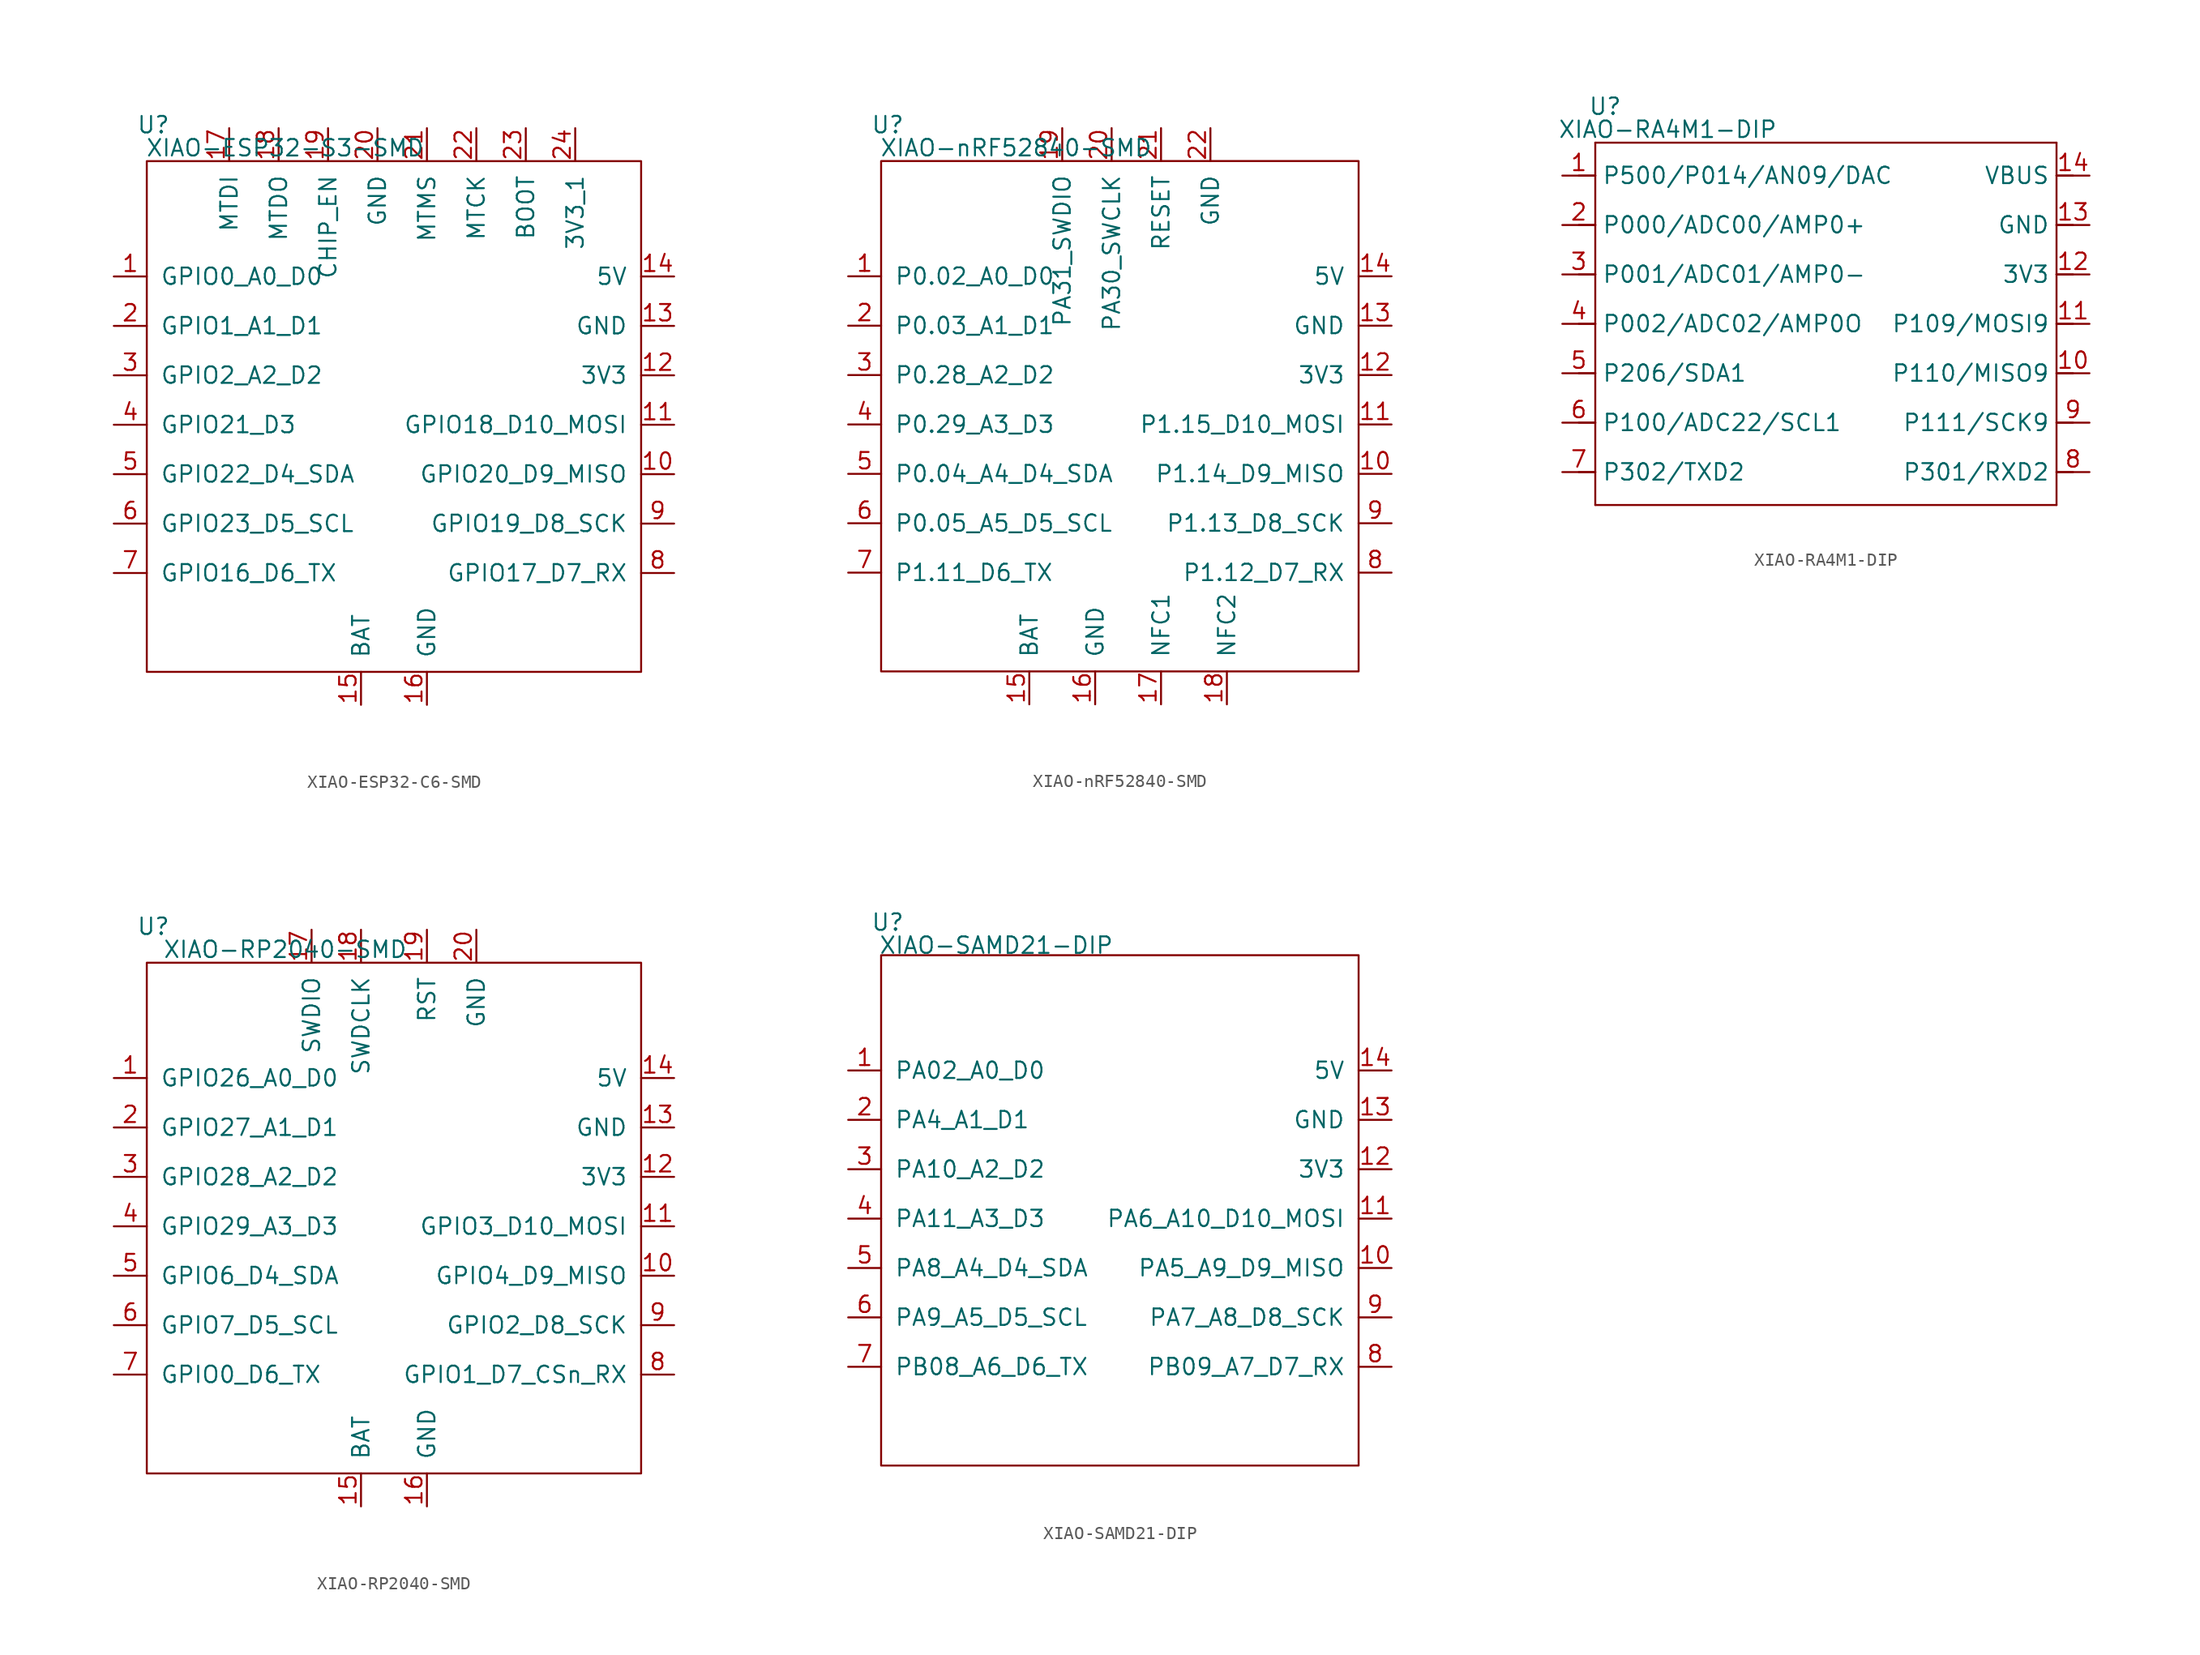
<source format=kicad_sym>
(kicad_symbol_lib
  (version 20231120)
  (generator "kicad_symbol_editor")
  (generator_version "8.0")
  (symbol "XIAO-ESP32-C6-SMD"
    (pin_names
      (offset 1.016))
    (property "Reference" "U"
      (at -18.542 23.114 0)
      (effects (font (size 1.27 1.27))))
    (property "Value" "XIAO-ESP32-S3-SMD"
      (at -8.382 21.336 0)
      (effects (font (size 1.27 1.27))))
    (symbol "XIAO-ESP32-C6-SMD_0_1"
      (rectangle (start 19.05 -19.05) (end -19.05 20.32) (stroke (width 0) (type default)) (fill (type none))))
    (symbol "XIAO-ESP32-C6-SMD_1_1"
      (pin passive line (at -21.59 11.43 0) (length 2.54) (name "GPIO0_A0_D0" (effects (font (size 1.27 1.27)))) (number "1" (effects (font (size 1.27 1.27)))))
      (pin passive line (at 21.59 -3.81 180) (length 2.54) (name "GPIO20_D9_MISO" (effects (font (size 1.27 1.27)))) (number "10" (effects (font (size 1.27 1.27)))))
      (pin passive line (at 21.59 0 180) (length 2.54) (name "GPIO18_D10_MOSI" (effects (font (size 1.27 1.27)))) (number "11" (effects (font (size 1.27 1.27)))))
      (pin passive line (at 21.59 3.81 180) (length 2.54) (name "3V3" (effects (font (size 1.27 1.27)))) (number "12" (effects (font (size 1.27 1.27)))))
      (pin passive line (at 21.59 7.62 180) (length 2.54) (name "GND" (effects (font (size 1.27 1.27)))) (number "13" (effects (font (size 1.27 1.27)))))
      (pin passive line (at 21.59 11.43 180) (length 2.54) (name "5V" (effects (font (size 1.27 1.27)))) (number "14" (effects (font (size 1.27 1.27)))))
      (pin passive line (at -2.54 -21.59 90) (length 2.54) (name "BAT" (effects (font (size 1.27 1.27)))) (number "15" (effects (font (size 1.27 1.27)))))
      (pin passive line (at 2.54 -21.59 90) (length 2.54) (name "GND" (effects (font (size 1.27 1.27)))) (number "16" (effects (font (size 1.27 1.27)))))
      (pin passive line (at -12.7 22.86 270) (length 2.54) (name "MTDI" (effects (font (size 1.27 1.27)))) (number "17" (effects (font (size 1.27 1.27)))))
      (pin passive line (at -8.89 22.86 270) (length 2.54) (name "MTDO" (effects (font (size 1.27 1.27)))) (number "18" (effects (font (size 1.27 1.27)))))
      (pin passive line (at -5.08 22.86 270) (length 2.54) (name "CHIP_EN" (effects (font (size 1.27 1.27)))) (number "19" (effects (font (size 1.27 1.27)))))
      (pin passive line (at -21.59 7.62 0) (length 2.54) (name "GPIO1_A1_D1" (effects (font (size 1.27 1.27)))) (number "2" (effects (font (size 1.27 1.27)))))
      (pin passive line (at -1.27 22.86 270) (length 2.54) (name "GND" (effects (font (size 1.27 1.27)))) (number "20" (effects (font (size 1.27 1.27)))))
      (pin passive line (at 2.54 22.86 270) (length 2.54) (name "MTMS" (effects (font (size 1.27 1.27)))) (number "21" (effects (font (size 1.27 1.27)))))
      (pin passive line (at 6.35 22.86 270) (length 2.54) (name "MTCK" (effects (font (size 1.27 1.27)))) (number "22" (effects (font (size 1.27 1.27)))))
      (pin passive line (at 10.16 22.86 270) (length 2.54) (name "BOOT" (effects (font (size 1.27 1.27)))) (number "23" (effects (font (size 1.27 1.27)))))
      (pin passive line (at 13.97 22.86 270) (length 2.54) (name "3V3_1" (effects (font (size 1.27 1.27)))) (number "24" (effects (font (size 1.27 1.27)))))
      (pin passive line (at -21.59 3.81 0) (length 2.54) (name "GPIO2_A2_D2" (effects (font (size 1.27 1.27)))) (number "3" (effects (font (size 1.27 1.27)))))
      (pin passive line (at -21.59 0 0) (length 2.54) (name "GPIO21_D3" (effects (font (size 1.27 1.27)))) (number "4" (effects (font (size 1.27 1.27)))))
      (pin passive line (at -21.59 -3.81 0) (length 2.54) (name "GPIO22_D4_SDA" (effects (font (size 1.27 1.27)))) (number "5" (effects (font (size 1.27 1.27)))))
      (pin passive line (at -21.59 -7.62 0) (length 2.54) (name "GPIO23_D5_SCL" (effects (font (size 1.27 1.27)))) (number "6" (effects (font (size 1.27 1.27)))))
      (pin passive line (at -21.59 -11.43 0) (length 2.54) (name "GPIO16_D6_TX" (effects (font (size 1.27 1.27)))) (number "7" (effects (font (size 1.27 1.27)))))
      (pin passive line (at 21.59 -11.43 180) (length 2.54) (name "GPIO17_D7_RX" (effects (font (size 1.27 1.27)))) (number "8" (effects (font (size 1.27 1.27)))))
      (pin passive line (at 21.59 -7.62 180) (length 2.54) (name "GPIO19_D8_SCK" (effects (font (size 1.27 1.27)))) (number "9" (effects (font (size 1.27 1.27)))))))
  (symbol "XIAO-nRF52840-SMD"
    (pin_names
      (offset 1.016))
    (property "Reference" "U"
      (at -18.542 23.114 0)
      (effects (font (size 1.27 1.27))))
    (property "Value" "XIAO-nRF52840-SMD"
      (at -8.636 21.336 0)
      (effects (font (size 1.27 1.27))))
    (symbol "XIAO-nRF52840-SMD_0_1"
      (rectangle (start -19.05 20.32) (end 17.78 -19.05) (stroke (width 0) (type default)) (fill (type none))))
    (symbol "XIAO-nRF52840-SMD_1_1"
      (pin passive line (at -21.59 11.43 0) (length 2.54) (name "P0.02_A0_D0" (effects (font (size 1.27 1.27)))) (number "1" (effects (font (size 1.27 1.27)))))
      (pin passive line (at 20.32 -3.81 180) (length 2.54) (name "P1.14_D9_MISO" (effects (font (size 1.27 1.27)))) (number "10" (effects (font (size 1.27 1.27)))))
      (pin passive line (at 20.32 0 180) (length 2.54) (name "P1.15_D10_MOSI" (effects (font (size 1.27 1.27)))) (number "11" (effects (font (size 1.27 1.27)))))
      (pin passive line (at 20.32 3.81 180) (length 2.54) (name "3V3" (effects (font (size 1.27 1.27)))) (number "12" (effects (font (size 1.27 1.27)))))
      (pin passive line (at 20.32 7.62 180) (length 2.54) (name "GND" (effects (font (size 1.27 1.27)))) (number "13" (effects (font (size 1.27 1.27)))))
      (pin passive line (at 20.32 11.43 180) (length 2.54) (name "5V" (effects (font (size 1.27 1.27)))) (number "14" (effects (font (size 1.27 1.27)))))
      (pin passive line (at -7.62 -21.59 90) (length 2.54) (name "BAT" (effects (font (size 1.27 1.27)))) (number "15" (effects (font (size 1.27 1.27)))))
      (pin passive line (at -2.54 -21.59 90) (length 2.54) (name "GND" (effects (font (size 1.27 1.27)))) (number "16" (effects (font (size 1.27 1.27)))))
      (pin passive line (at 2.54 -21.59 90) (length 2.54) (name "NFC1" (effects (font (size 1.27 1.27)))) (number "17" (effects (font (size 1.27 1.27)))))
      (pin passive line (at 7.62 -21.59 90) (length 2.54) (name "NFC2" (effects (font (size 1.27 1.27)))) (number "18" (effects (font (size 1.27 1.27)))))
      (pin passive line (at -5.08 22.86 270) (length 2.54) (name "PA31_SWDIO" (effects (font (size 1.27 1.27)))) (number "19" (effects (font (size 1.27 1.27)))))
      (pin passive line (at -21.59 7.62 0) (length 2.54) (name "P0.03_A1_D1" (effects (font (size 1.27 1.27)))) (number "2" (effects (font (size 1.27 1.27)))))
      (pin passive line (at -1.27 22.86 270) (length 2.54) (name "PA30_SWCLK" (effects (font (size 1.27 1.27)))) (number "20" (effects (font (size 1.27 1.27)))))
      (pin passive line (at 2.54 22.86 270) (length 2.54) (name "RESET" (effects (font (size 1.27 1.27)))) (number "21" (effects (font (size 1.27 1.27)))))
      (pin passive line (at 6.35 22.86 270) (length 2.54) (name "GND" (effects (font (size 1.27 1.27)))) (number "22" (effects (font (size 1.27 1.27)))))
      (pin passive line (at -21.59 3.81 0) (length 2.54) (name "P0.28_A2_D2" (effects (font (size 1.27 1.27)))) (number "3" (effects (font (size 1.27 1.27)))))
      (pin passive line (at -21.59 0 0) (length 2.54) (name "P0.29_A3_D3" (effects (font (size 1.27 1.27)))) (number "4" (effects (font (size 1.27 1.27)))))
      (pin passive line (at -21.59 -3.81 0) (length 2.54) (name "P0.04_A4_D4_SDA" (effects (font (size 1.27 1.27)))) (number "5" (effects (font (size 1.27 1.27)))))
      (pin passive line (at -21.59 -7.62 0) (length 2.54) (name "P0.05_A5_D5_SCL" (effects (font (size 1.27 1.27)))) (number "6" (effects (font (size 1.27 1.27)))))
      (pin passive line (at -21.59 -11.43 0) (length 2.54) (name "P1.11_D6_TX" (effects (font (size 1.27 1.27)))) (number "7" (effects (font (size 1.27 1.27)))))
      (pin passive line (at 20.32 -11.43 180) (length 2.54) (name "P1.12_D7_RX" (effects (font (size 1.27 1.27)))) (number "8" (effects (font (size 1.27 1.27)))))
      (pin passive line (at 20.32 -7.62 180) (length 2.54) (name "P1.13_D8_SCK" (effects (font (size 1.27 1.27)))) (number "9" (effects (font (size 1.27 1.27)))))))
  (symbol "XIAO-RA4M1-DIP"
    (property "Reference" "U"
      (at 0.762 0.254 0)
      (effects (font (size 1.27 1.27))))
    (property "Value" "XIAO-RA4M1-DIP"
      (at 5.588 -1.524 0)
      (effects (font (size 1.27 1.27))))
    (symbol "XIAO-RA4M1-DIP_1_0"
      (polyline (pts (xy 0 -30.48) (xy 0 -16.51)) (stroke (width 0.152) (type solid)) (fill (type none)))
      (polyline (pts (xy 0 -27.94) (xy -1.27 -27.94)) (stroke (width 0.152) (type solid)) (fill (type none)))
      (polyline (pts (xy 0 -24.13) (xy -1.27 -24.13)) (stroke (width 0.152) (type solid)) (fill (type none)))
      (polyline (pts (xy 0 -20.32) (xy -1.27 -20.32)) (stroke (width 0.152) (type solid)) (fill (type none)))
      (polyline (pts (xy 0 -16.51) (xy -1.27 -16.51)) (stroke (width 0.152) (type solid)) (fill (type none)))
      (polyline (pts (xy 0 -16.51) (xy 0 -12.7)) (stroke (width 0.152) (type solid)) (fill (type none)))
      (polyline (pts (xy 0 -12.7) (xy -1.27 -12.7)) (stroke (width 0.152) (type solid)) (fill (type none)))
      (polyline (pts (xy 0 -12.7) (xy 0 -8.89)) (stroke (width 0.152) (type solid)) (fill (type none)))
      (polyline (pts (xy 0 -8.89) (xy -1.27 -8.89)) (stroke (width 0.152) (type solid)) (fill (type none)))
      (polyline (pts (xy 0 -8.89) (xy 0 -5.08)) (stroke (width 0.152) (type solid)) (fill (type none)))
      (polyline (pts (xy 0 -5.08) (xy -1.27 -5.08)) (stroke (width 0.152) (type solid)) (fill (type none)))
      (polyline (pts (xy 0 -5.08) (xy 0 -2.54)) (stroke (width 0.152) (type solid)) (fill (type none)))
      (polyline (pts (xy 0 -2.54) (xy 35.56 -2.54)) (stroke (width 0.152) (type solid)) (fill (type none)))
      (polyline (pts (xy 35.56 -30.48) (xy 0 -30.48)) (stroke (width 0.152) (type solid)) (fill (type none)))
      (polyline (pts (xy 35.56 -12.7) (xy 35.56 -30.48)) (stroke (width 0.152) (type solid)) (fill (type none)))
      (polyline (pts (xy 35.56 -8.89) (xy 35.56 -12.7)) (stroke (width 0.152) (type solid)) (fill (type none)))
      (polyline (pts (xy 35.56 -5.08) (xy 35.56 -8.89)) (stroke (width 0.152) (type solid)) (fill (type none)))
      (polyline (pts (xy 35.56 -2.54) (xy 35.56 -5.08)) (stroke (width 0.152) (type solid)) (fill (type none)))
      (polyline (pts (xy 36.83 -27.94) (xy 35.56 -27.94)) (stroke (width 0.152) (type solid)) (fill (type none)))
      (polyline (pts (xy 36.83 -24.13) (xy 35.56 -24.13)) (stroke (width 0.152) (type solid)) (fill (type none)))
      (polyline (pts (xy 36.83 -20.32) (xy 35.56 -20.32)) (stroke (width 0.152) (type solid)) (fill (type none)))
      (polyline (pts (xy 36.83 -16.51) (xy 35.56 -16.51)) (stroke (width 0.152) (type solid)) (fill (type none)))
      (polyline (pts (xy 36.83 -12.7) (xy 35.56 -12.7)) (stroke (width 0.152) (type solid)) (fill (type none)))
      (polyline (pts (xy 36.83 -8.89) (xy 35.56 -8.89)) (stroke (width 0.152) (type solid)) (fill (type none)))
      (polyline (pts (xy 36.83 -5.08) (xy 35.56 -5.08)) (stroke (width 0.152) (type solid)) (fill (type none)))
      (pin passive line (at -2.54 -5.08 0) (length 2.54) (name "P500/P014/AN09/DAC" (effects (font (size 1.27 1.27)))) (number "1" (effects (font (size 1.27 1.27)))))
      (pin passive line (at 38.1 -20.32 180) (length 2.54) (name "P110/MISO9" (effects (font (size 1.27 1.27)))) (number "10" (effects (font (size 1.27 1.27)))))
      (pin passive line (at 38.1 -16.51 180) (length 2.54) (name "P109/MOSI9" (effects (font (size 1.27 1.27)))) (number "11" (effects (font (size 1.27 1.27)))))
      (pin passive line (at 38.1 -12.7 180) (length 2.54) (name "3V3" (effects (font (size 1.27 1.27)))) (number "12" (effects (font (size 1.27 1.27)))))
      (pin passive line (at 38.1 -8.89 180) (length 2.54) (name "GND" (effects (font (size 1.27 1.27)))) (number "13" (effects (font (size 1.27 1.27)))))
      (pin passive line (at 38.1 -5.08 180) (length 2.54) (name "VBUS" (effects (font (size 1.27 1.27)))) (number "14" (effects (font (size 1.27 1.27)))))
      (pin passive line (at -2.54 -8.89 0) (length 2.54) (name "P000/ADC00/AMP0+" (effects (font (size 1.27 1.27)))) (number "2" (effects (font (size 1.27 1.27)))))
      (pin passive line (at -2.54 -12.7 0) (length 2.54) (name "P001/ADC01/AMP0-" (effects (font (size 1.27 1.27)))) (number "3" (effects (font (size 1.27 1.27)))))
      (pin passive line (at -2.54 -16.51 0) (length 2.54) (name "P002/ADC02/AMP0O" (effects (font (size 1.27 1.27)))) (number "4" (effects (font (size 1.27 1.27)))))
      (pin passive line (at -2.54 -20.32 0) (length 2.54) (name "P206/SDA1" (effects (font (size 1.27 1.27)))) (number "5" (effects (font (size 1.27 1.27)))))
      (pin passive line (at -2.54 -24.13 0) (length 2.54) (name "P100/ADC22/SCL1" (effects (font (size 1.27 1.27)))) (number "6" (effects (font (size 1.27 1.27)))))
      (pin passive line (at -2.54 -27.94 0) (length 2.54) (name "P302/TXD2" (effects (font (size 1.27 1.27)))) (number "7" (effects (font (size 1.27 1.27)))))
      (pin passive line (at 38.1 -27.94 180) (length 2.54) (name "P301/RXD2" (effects (font (size 1.27 1.27)))) (number "8" (effects (font (size 1.27 1.27)))))
      (pin passive line (at 38.1 -24.13 180) (length 2.54) (name "P111/SCK9" (effects (font (size 1.27 1.27)))) (number "9" (effects (font (size 1.27 1.27)))))))
  (symbol "XIAO-RP2040-SMD"
    (pin_names
      (offset 1.016))
    (property "Reference" "U"
      (at -18.542 23.114 0)
      (effects (font (size 1.27 1.27))))
    (property "Value" "XIAO-RP2040-SMD"
      (at -8.382 21.336 0)
      (effects (font (size 1.27 1.27))))
    (symbol "XIAO-RP2040-SMD_0_1"
      (rectangle (start 19.05 -19.05) (end -19.05 20.32) (stroke (width 0) (type default)) (fill (type none))))
    (symbol "XIAO-RP2040-SMD_1_1"
      (pin passive line (at -21.59 11.43 0) (length 2.54) (name "GPIO26_A0_D0" (effects (font (size 1.27 1.27)))) (number "1" (effects (font (size 1.27 1.27)))))
      (pin passive line (at 21.59 -3.81 180) (length 2.54) (name "GPIO4_D9_MISO" (effects (font (size 1.27 1.27)))) (number "10" (effects (font (size 1.27 1.27)))))
      (pin passive line (at 21.59 0 180) (length 2.54) (name "GPIO3_D10_MOSI" (effects (font (size 1.27 1.27)))) (number "11" (effects (font (size 1.27 1.27)))))
      (pin passive line (at 21.59 3.81 180) (length 2.54) (name "3V3" (effects (font (size 1.27 1.27)))) (number "12" (effects (font (size 1.27 1.27)))))
      (pin passive line (at 21.59 7.62 180) (length 2.54) (name "GND" (effects (font (size 1.27 1.27)))) (number "13" (effects (font (size 1.27 1.27)))))
      (pin passive line (at 21.59 11.43 180) (length 2.54) (name "5V" (effects (font (size 1.27 1.27)))) (number "14" (effects (font (size 1.27 1.27)))))
      (pin passive line (at -2.54 -21.59 90) (length 2.54) (name "BAT" (effects (font (size 1.27 1.27)))) (number "15" (effects (font (size 1.27 1.27)))))
      (pin passive line (at 2.54 -21.59 90) (length 2.54) (name "GND" (effects (font (size 1.27 1.27)))) (number "16" (effects (font (size 1.27 1.27)))))
      (pin passive line (at -6.35 22.86 270) (length 2.54) (name "SWDIO" (effects (font (size 1.27 1.27)))) (number "17" (effects (font (size 1.27 1.27)))))
      (pin passive line (at -2.54 22.86 270) (length 2.54) (name "SWDCLK" (effects (font (size 1.27 1.27)))) (number "18" (effects (font (size 1.27 1.27)))))
      (pin passive line (at 2.54 22.86 270) (length 2.54) (name "RST" (effects (font (size 1.27 1.27)))) (number "19" (effects (font (size 1.27 1.27)))))
      (pin passive line (at -21.59 7.62 0) (length 2.54) (name "GPIO27_A1_D1" (effects (font (size 1.27 1.27)))) (number "2" (effects (font (size 1.27 1.27)))))
      (pin passive line (at 6.35 22.86 270) (length 2.54) (name "GND" (effects (font (size 1.27 1.27)))) (number "20" (effects (font (size 1.27 1.27)))))
      (pin passive line (at -21.59 3.81 0) (length 2.54) (name "GPIO28_A2_D2" (effects (font (size 1.27 1.27)))) (number "3" (effects (font (size 1.27 1.27)))))
      (pin passive line (at -21.59 0 0) (length 2.54) (name "GPIO29_A3_D3" (effects (font (size 1.27 1.27)))) (number "4" (effects (font (size 1.27 1.27)))))
      (pin passive line (at -21.59 -3.81 0) (length 2.54) (name "GPIO6_D4_SDA" (effects (font (size 1.27 1.27)))) (number "5" (effects (font (size 1.27 1.27)))))
      (pin passive line (at -21.59 -7.62 0) (length 2.54) (name "GPIO7_D5_SCL" (effects (font (size 1.27 1.27)))) (number "6" (effects (font (size 1.27 1.27)))))
      (pin passive line (at -21.59 -11.43 0) (length 2.54) (name "GPIO0_D6_TX" (effects (font (size 1.27 1.27)))) (number "7" (effects (font (size 1.27 1.27)))))
      (pin passive line (at 21.59 -11.43 180) (length 2.54) (name "GPIO1_D7_CSn_RX" (effects (font (size 1.27 1.27)))) (number "8" (effects (font (size 1.27 1.27)))))
      (pin passive line (at 21.59 -7.62 180) (length 2.54) (name "GPIO2_D8_SCK" (effects (font (size 1.27 1.27)))) (number "9" (effects (font (size 1.27 1.27)))))))
  (symbol "XIAO-SAMD21-DIP"
    (pin_names
      (offset 1.016))
    (property "Reference" "U"
      (at -18.542 22.86 0)
      (effects (font (size 1.27 1.27))))
    (property "Value" "XIAO-SAMD21-DIP"
      (at -10.16 21.082 0)
      (effects (font (size 1.27 1.27))))
    (symbol "XIAO-SAMD21-DIP_0_1"
      (rectangle (start -19.05 20.32) (end 17.78 -19.05) (stroke (width 0) (type default)) (fill (type none))))
    (symbol "XIAO-SAMD21-DIP_1_1"
      (pin passive line (at -21.59 11.43 0) (length 2.54) (name "PA02_A0_D0" (effects (font (size 1.27 1.27)))) (number "1" (effects (font (size 1.27 1.27)))))
      (pin passive line (at 20.32 -3.81 180) (length 2.54) (name "PA5_A9_D9_MISO" (effects (font (size 1.27 1.27)))) (number "10" (effects (font (size 1.27 1.27)))))
      (pin passive line (at 20.32 0 180) (length 2.54) (name "PA6_A10_D10_MOSI" (effects (font (size 1.27 1.27)))) (number "11" (effects (font (size 1.27 1.27)))))
      (pin passive line (at 20.32 3.81 180) (length 2.54) (name "3V3" (effects (font (size 1.27 1.27)))) (number "12" (effects (font (size 1.27 1.27)))))
      (pin passive line (at 20.32 7.62 180) (length 2.54) (name "GND" (effects (font (size 1.27 1.27)))) (number "13" (effects (font (size 1.27 1.27)))))
      (pin passive line (at 20.32 11.43 180) (length 2.54) (name "5V" (effects (font (size 1.27 1.27)))) (number "14" (effects (font (size 1.27 1.27)))))
      (pin passive line (at -21.59 7.62 0) (length 2.54) (name "PA4_A1_D1" (effects (font (size 1.27 1.27)))) (number "2" (effects (font (size 1.27 1.27)))))
      (pin passive line (at -21.59 3.81 0) (length 2.54) (name "PA10_A2_D2" (effects (font (size 1.27 1.27)))) (number "3" (effects (font (size 1.27 1.27)))))
      (pin passive line (at -21.59 0 0) (length 2.54) (name "PA11_A3_D3" (effects (font (size 1.27 1.27)))) (number "4" (effects (font (size 1.27 1.27)))))
      (pin passive line (at -21.59 -3.81 0) (length 2.54) (name "PA8_A4_D4_SDA" (effects (font (size 1.27 1.27)))) (number "5" (effects (font (size 1.27 1.27)))))
      (pin passive line (at -21.59 -7.62 0) (length 2.54) (name "PA9_A5_D5_SCL" (effects (font (size 1.27 1.27)))) (number "6" (effects (font (size 1.27 1.27)))))
      (pin passive line (at -21.59 -11.43 0) (length 2.54) (name "PB08_A6_D6_TX" (effects (font (size 1.27 1.27)))) (number "7" (effects (font (size 1.27 1.27)))))
      (pin passive line (at 20.32 -11.43 180) (length 2.54) (name "PB09_A7_D7_RX" (effects (font (size 1.27 1.27)))) (number "8" (effects (font (size 1.27 1.27)))))
      (pin passive line (at 20.32 -7.62 180) (length 2.54) (name "PA7_A8_D8_SCK" (effects (font (size 1.27 1.27)))) (number "9" (effects (font (size 1.27 1.27))))))))
</source>
